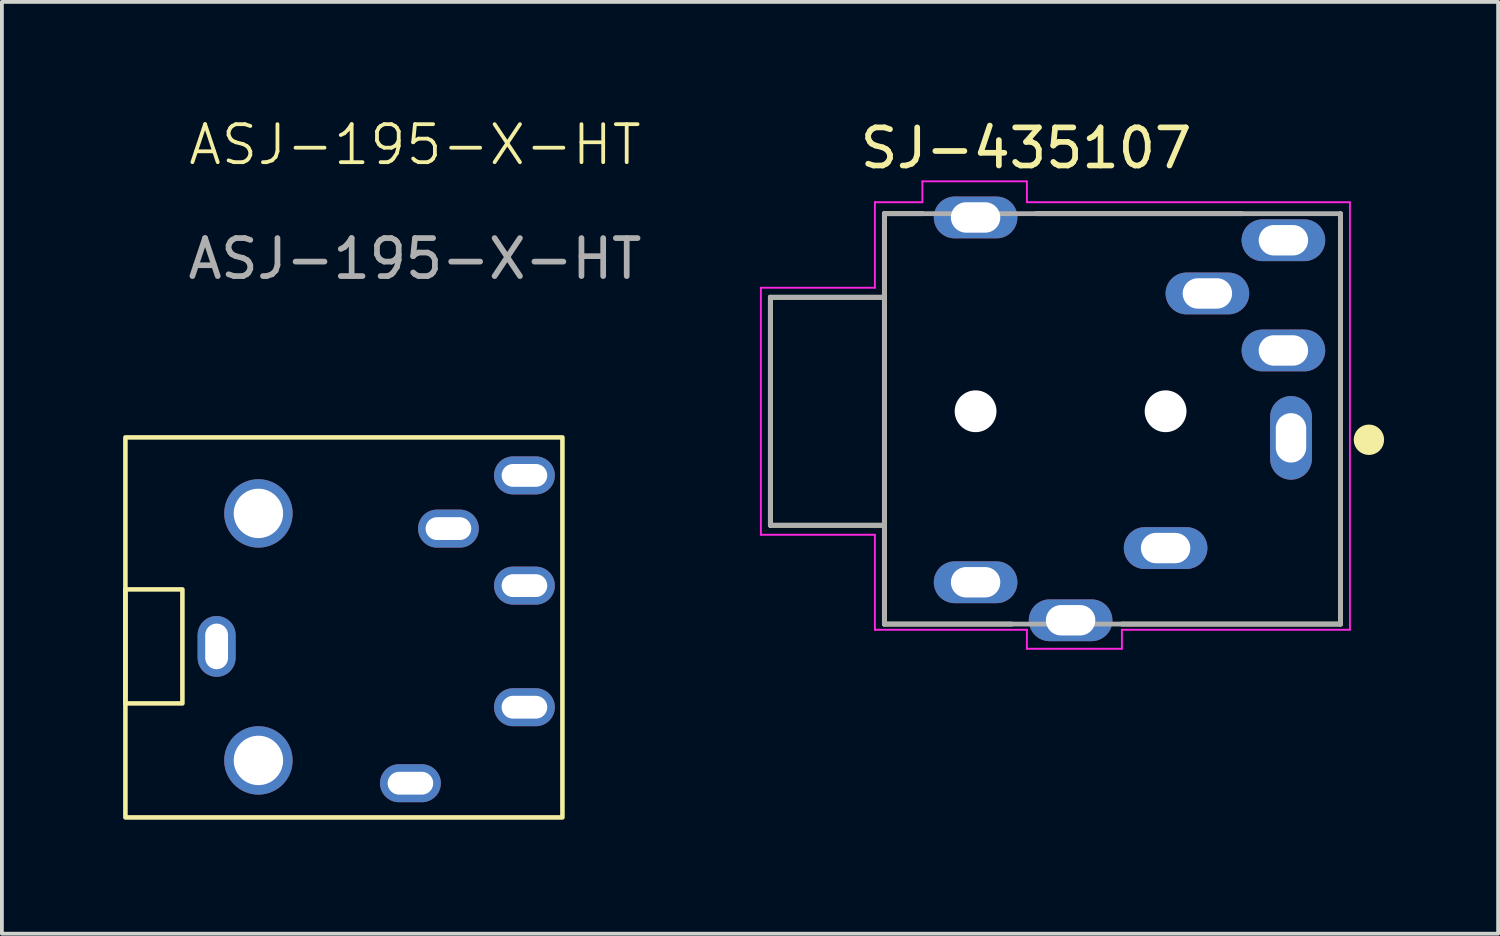
<source format=kicad_pcb>
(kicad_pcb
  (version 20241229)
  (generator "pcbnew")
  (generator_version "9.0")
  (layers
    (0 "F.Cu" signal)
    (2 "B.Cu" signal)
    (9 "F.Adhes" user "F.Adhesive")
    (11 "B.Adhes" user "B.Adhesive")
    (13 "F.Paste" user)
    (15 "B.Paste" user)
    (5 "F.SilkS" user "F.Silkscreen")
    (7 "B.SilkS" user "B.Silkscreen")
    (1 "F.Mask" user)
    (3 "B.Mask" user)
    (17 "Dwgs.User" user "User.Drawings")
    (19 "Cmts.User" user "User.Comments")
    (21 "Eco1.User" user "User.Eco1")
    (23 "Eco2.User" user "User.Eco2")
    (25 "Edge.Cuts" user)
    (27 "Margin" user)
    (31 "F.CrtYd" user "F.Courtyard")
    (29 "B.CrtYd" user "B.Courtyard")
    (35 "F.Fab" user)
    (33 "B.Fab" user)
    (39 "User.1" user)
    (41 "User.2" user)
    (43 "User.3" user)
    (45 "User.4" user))
  (footprint "ASJ-195-X-HT"
    (layer "F.Cu")
    (at 0.25 13.96)
    (property "Reference" "ASJ-195-X-HT" (at 7.62 -13.2 0) (unlocked yes) (layer "F.SilkS") (effects (font (size 1 1) (thickness 0.1))))
    (attr through_hole)
    (fp_rect (start 0 -1.5) (end 1.5 1.5) (stroke (width 0.12) (type default)) (fill no) (layer "F.SilkS"))
    (fp_rect (start 0 4.5) (end 11.5 -5.5) (stroke (width 0.12) (type default)) (fill no) (layer "F.SilkS"))
    (fp_text user "${REFERENCE}" (at 7.62 -10.2 0) (unlocked yes) (layer "F.Fab") (effects (font (size 1 1) (thickness 0.15))))
    (pad "1" thru_hole oval (at 2.4 0 90) (size 1.6 1) (drill oval 1.2 0.6) (layers "*.Cu" "*.Mask"))
    (pad "2" thru_hole oval (at 7.5 3.6 180) (size 1.6 1) (drill oval 1.2 0.6) (layers "*.Cu" "*.Mask"))
    (pad "3" thru_hole oval (at 10.5 -1.6 180) (size 1.6 1) (drill oval 1.2 0.6) (layers "*.Cu" "*.Mask"))
    (pad "4" thru_hole oval (at 10.5 1.6 180) (size 1.6 1) (drill oval 1.2 0.6) (layers "*.Cu" "*.Mask"))
    (pad "5" thru_hole oval (at 8.5 -3.1 180) (size 1.6 1) (drill oval 1.2 0.6) (layers "*.Cu" "*.Mask"))
    (pad "6" thru_hole oval (at 10.5 -4.5 180) (size 1.6 1) (drill oval 1.2 0.6) (layers "*.Cu" "*.Mask"))
    (pad "NC" thru_hole circle (at 3.5 -3.5) (size 1.8 1.8) (drill 1.3) (layers "*.Cu" "*.Mask"))
    (pad "NC" thru_hole circle (at 3.5 3) (size 1.8 1.8) (drill 1.3) (layers "*.Cu" "*.Mask")))
  (footprint "SJ-435107"
    (layer "F.Cu")
    (at 26.222 7.772)
    (property "Reference" "SJ-435107" (at -2.271 -6.923 0) (layer "F.SilkS") (effects (font (size 1.003 1.003) (thickness 0.15))))
    (attr through_hole)
    (fp_line (start -9 -3) (end -9 3) (stroke (width 0.127) (type solid)) (layer "F.SilkS"))
    (fp_line (start -9 3) (end -6 3) (stroke (width 0.127) (type solid)) (layer "F.SilkS"))
    (fp_line (start -6 -5.2) (end -6 -3) (stroke (width 0.127) (type solid)) (layer "F.SilkS"))
    (fp_line (start -6 -3) (end -9 -3) (stroke (width 0.127) (type solid)) (layer "F.SilkS"))
    (fp_line (start -6 -3) (end -6 3) (stroke (width 0.127) (type solid)) (layer "F.SilkS"))
    (fp_line (start -6 3) (end -6 5.6) (stroke (width 0.127) (type solid)) (layer "F.SilkS"))
    (fp_line (start -6 5.6) (end -2.65 5.6) (stroke (width 0.127) (type solid)) (layer "F.SilkS"))
    (fp_line (start -5 -5.2) (end -6 -5.2) (stroke (width 0.127) (type solid)) (layer "F.SilkS"))
    (fp_line (start -2 -5.2) (end 3.4 -5.2) (stroke (width 0.127) (type solid)) (layer "F.SilkS"))
    (fp_line (start 0.25 5.6) (end 6 5.6) (stroke (width 0.127) (type solid)) (layer "F.SilkS"))
    (fp_line (start 6 5.6) (end 6 -5.2) (stroke (width 0.127) (type solid)) (layer "F.SilkS"))
    (fp_circle (center 6.75 0.75) (end 6.95 0.75) (stroke (width 0.4) (type solid)) (fill no) (layer "F.SilkS"))
    (fp_line (start -9.25 -3.25) (end -6.25 -3.25) (stroke (width 0.05) (type solid)) (layer "F.CrtYd"))
    (fp_line (start -9.25 3.25) (end -9.25 -3.25) (stroke (width 0.05) (type solid)) (layer "F.CrtYd"))
    (fp_line (start -6.25 -5.5) (end -5 -5.5) (stroke (width 0.05) (type solid)) (layer "F.CrtYd"))
    (fp_line (start -6.25 -3.25) (end -6.25 -5.5) (stroke (width 0.05) (type solid)) (layer "F.CrtYd"))
    (fp_line (start -6.25 3.25) (end -9.25 3.25) (stroke (width 0.05) (type solid)) (layer "F.CrtYd"))
    (fp_line (start -6.25 5.75) (end -6.25 3.25) (stroke (width 0.05) (type solid)) (layer "F.CrtYd"))
    (fp_line (start -5 -6.05) (end -2.25 -6.05) (stroke (width 0.05) (type solid)) (layer "F.CrtYd"))
    (fp_line (start -5 -5.5) (end -5 -6.05) (stroke (width 0.05) (type solid)) (layer "F.CrtYd"))
    (fp_line (start -2.25 -6.05) (end -2.25 -5.5) (stroke (width 0.05) (type solid)) (layer "F.CrtYd"))
    (fp_line (start -2.25 -5.5) (end 6.25 -5.5) (stroke (width 0.05) (type solid)) (layer "F.CrtYd"))
    (fp_line (start -2.25 5.75) (end -6.25 5.75) (stroke (width 0.05) (type solid)) (layer "F.CrtYd"))
    (fp_line (start -2.25 6.25) (end -2.25 5.75) (stroke (width 0.05) (type solid)) (layer "F.CrtYd"))
    (fp_line (start 0.25 5.75) (end 0.25 6.25) (stroke (width 0.05) (type solid)) (layer "F.CrtYd"))
    (fp_line (start 0.25 6.25) (end -2.25 6.25) (stroke (width 0.05) (type solid)) (layer "F.CrtYd"))
    (fp_line (start 6.25 -5.5) (end 6.25 5.75) (stroke (width 0.05) (type solid)) (layer "F.CrtYd"))
    (fp_line (start 6.25 5.75) (end 0.25 5.75) (stroke (width 0.05) (type solid)) (layer "F.CrtYd"))
    (fp_line (start -9 -3) (end -9 3) (stroke (width 0.127) (type solid)) (layer "F.Fab"))
    (fp_line (start -6 -5.2) (end 6 -5.2) (stroke (width 0.127) (type solid)) (layer "F.Fab"))
    (fp_line (start -6 -3) (end -9 -3) (stroke (width 0.127) (type solid)) (layer "F.Fab"))
    (fp_line (start -6 -3) (end -6 -5.2) (stroke (width 0.127) (type solid)) (layer "F.Fab"))
    (fp_line (start -6 3) (end -9 3) (stroke (width 0.127) (type solid)) (layer "F.Fab"))
    (fp_line (start -6 3) (end -6 -3) (stroke (width 0.127) (type solid)) (layer "F.Fab"))
    (fp_line (start -6 5.6) (end -6 3) (stroke (width 0.127) (type solid)) (layer "F.Fab"))
    (fp_line (start 6 -5.2) (end 6 5.6) (stroke (width 0.127) (type solid)) (layer "F.Fab"))
    (fp_line (start 6 5.6) (end -6 5.6) (stroke (width 0.127) (type solid)) (layer "F.Fab"))
    (pad "" np_thru_hole circle (at -3.6 0) (size 1.1 1.1) (drill 1.1) (layers "*.Cu" "*.Mask"))
    (pad "" np_thru_hole circle (at 1.4 0) (size 1.1 1.1) (drill 1.1) (layers "*.Cu" "*.Mask"))
    (pad "1" thru_hole oval (at 4.7 0.7) (size 1.1 2.2) (drill oval 0.8 1.3) (layers "*.Cu" "*.Mask"))
    (pad "2" thru_hole oval (at 1.4 3.6) (size 2.2 1.1) (drill oval 1.3 0.8) (layers "*.Cu" "*.Mask"))
    (pad "3" thru_hole oval (at 4.5 -1.6) (size 2.2 1.1) (drill oval 1.3 0.8) (layers "*.Cu" "*.Mask"))
    (pad "4" thru_hole oval (at -3.6 4.5) (size 2.2 1.1) (drill oval 1.3 0.8) (layers "*.Cu" "*.Mask"))
    (pad "5" thru_hole oval (at 2.5 -3.1) (size 2.2 1.1) (drill oval 1.3 0.8) (layers "*.Cu" "*.Mask"))
    (pad "6" thru_hole oval (at 4.5 -4.5) (size 2.2 1.1) (drill oval 1.3 0.8) (layers "*.Cu" "*.Mask"))
    (pad "SH1" thru_hole oval (at -3.6 -5.1) (size 2.2 1.1) (drill oval 1.3 0.8) (layers "*.Cu" "*.Mask"))
    (pad "SH2" thru_hole oval (at -1.1 5.5) (size 2.2 1.1) (drill oval 1.3 0.8) (layers "*.Cu" "*.Mask")))
  (gr_rect
    (start -3 -3)
    (end 36.372 21.52)
    (stroke (width 0.1) (type default))
    (fill no)
    (layer "Edge.Cuts")))
</source>
